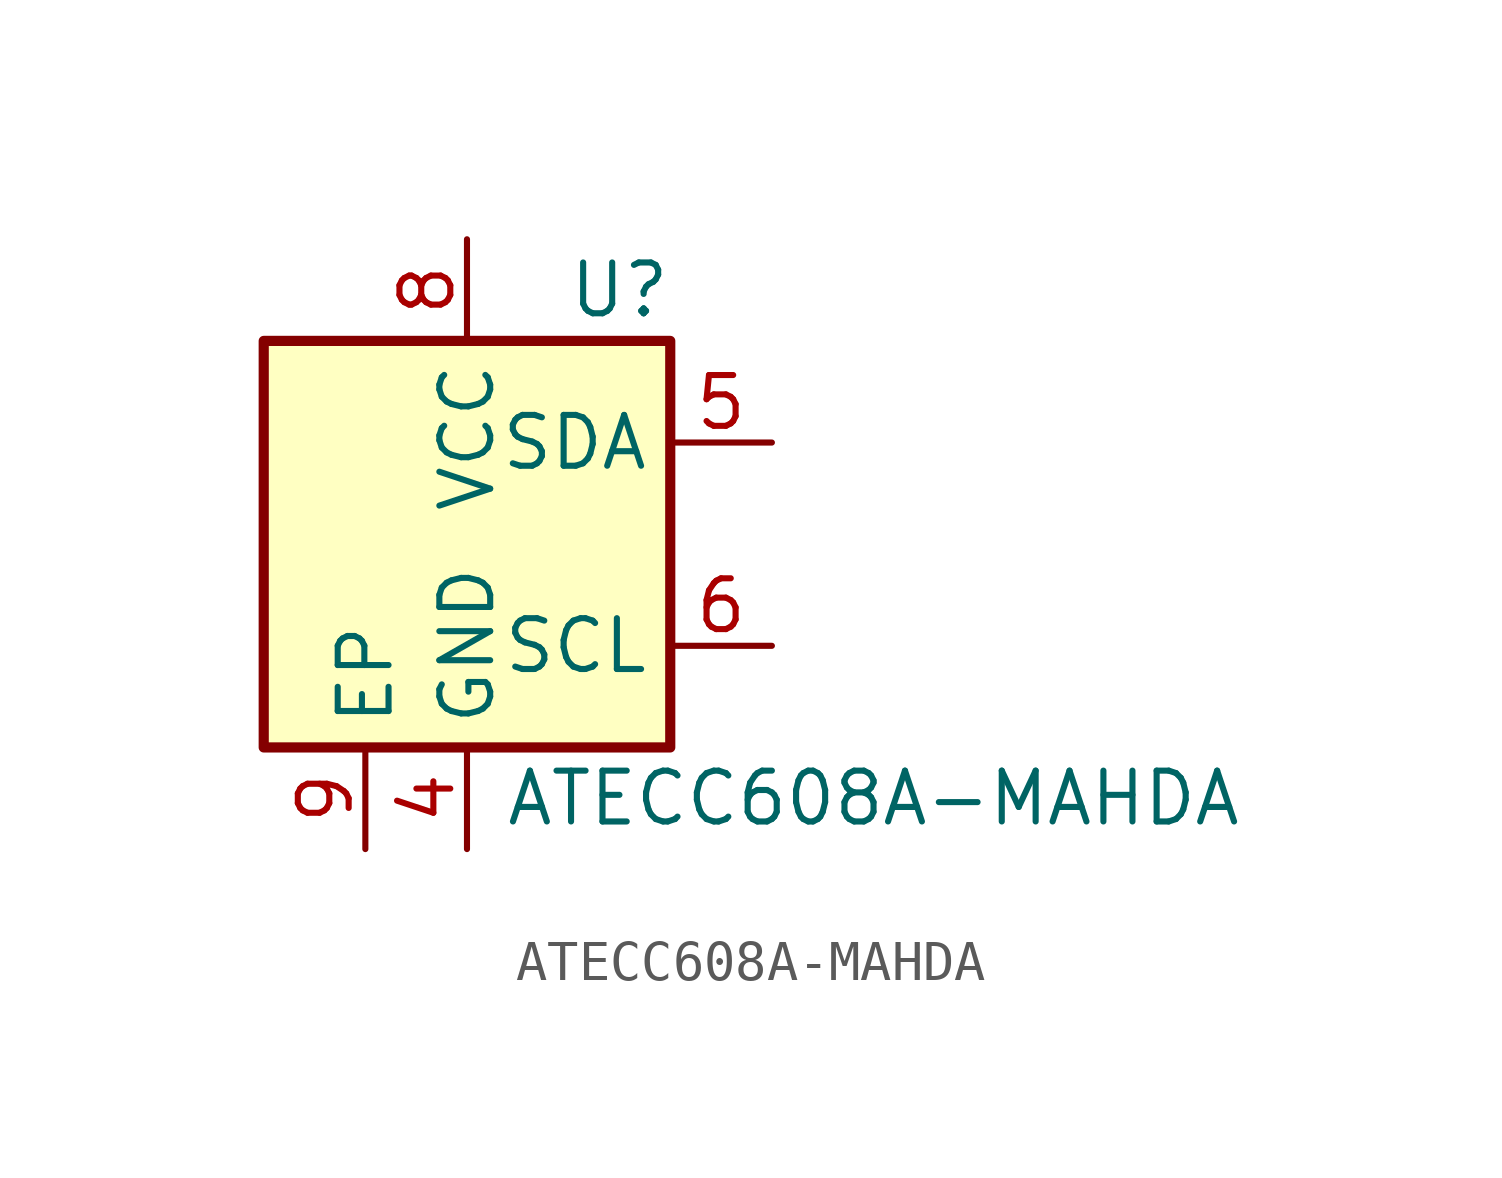
<source format=kicad_sym>
(kicad_symbol_lib
  (version 20231120)
  (generator "kicad_symbol_editor")
  (generator_version "8.0")
  (symbol "ATECC608A-MAHDA"
    (property "Reference" "U"
      (at 3.81 6.35 0)
      (effects (font (size 1.27 1.27))))
    (property "Value" "ATECC608A-MAHDA"
      (at 10.16 -6.35 0)
      (effects (font (size 1.27 1.27))))
    (symbol "ATECC608A-MAHDA_0_1"
      (rectangle (start -5.08 5.08) (end 5.08 -5.08) (stroke (width 0.254) (type default)) (fill (type background))))
    (symbol "ATECC608A-MAHDA_1_1"
      (pin no_connect line (at -5.08 2.54 0) (length 2.54) hide (name "NC" (effects (font (size 1.27 1.27)))) (number "1" (effects (font (size 1.27 1.27)))))
      (pin no_connect line (at -5.08 0 0) (length 2.54) hide (name "NC" (effects (font (size 1.27 1.27)))) (number "2" (effects (font (size 1.27 1.27)))))
      (pin no_connect line (at -5.08 -2.54 0) (length 2.54) hide (name "NC" (effects (font (size 1.27 1.27)))) (number "3" (effects (font (size 1.27 1.27)))))
      (pin power_in line (at 0 -7.62 90) (length 2.54) (name "GND" (effects (font (size 1.27 1.27)))) (number "4" (effects (font (size 1.27 1.27)))))
      (pin bidirectional line (at 7.62 2.54 180) (length 2.54) (name "SDA" (effects (font (size 1.27 1.27)))) (number "5" (effects (font (size 1.27 1.27)))))
      (pin input line (at 7.62 -2.54 180) (length 2.54) (name "SCL" (effects (font (size 1.27 1.27)))) (number "6" (effects (font (size 1.27 1.27)))))
      (pin no_connect line (at 5.08 0 180) (length 2.54) hide (name "NC" (effects (font (size 1.27 1.27)))) (number "7" (effects (font (size 1.27 1.27)))))
      (pin power_in line (at 0 7.62 270) (length 2.54) (name "VCC" (effects (font (size 1.27 1.27)))) (number "8" (effects (font (size 1.27 1.27)))))
      (pin input line (at -2.54 -7.62 90) (length 2.54) (name "EP" (effects (font (size 1.27 1.27)))) (number "9" (effects (font (size 1.27 1.27))))))))
</source>
